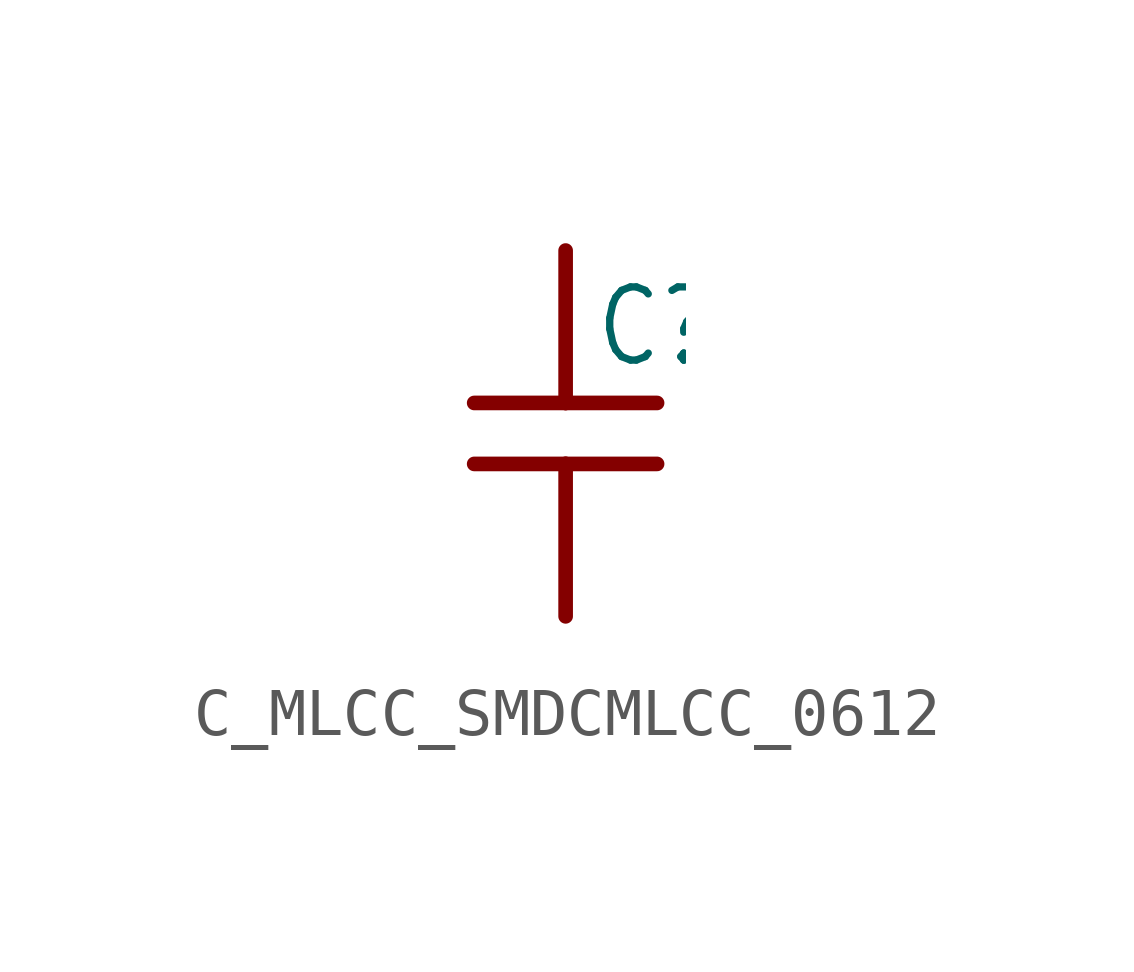
<source format=kicad_sym>
(kicad_symbol_lib
  (version 20231120)
  (generator "kicad_symbol_editor")
  (generator_version "8.0")
  (symbol "C_MLCC_SMDCMLCC_0612"
    (property "Reference" "C"
      (at 0.572 0.064 0)
      (effects (font (size 1.524 1.295)) (justify left bottom)))
    (property "Value" ""
      (at 0.572 -4.381 0)
      (effects (font (size 1.524 1.295)) (justify left bottom)))
    (property "ki_locked" ""
      (at 0 0 0)
      (effects (font (size 1.27 1.27))))
    (symbol "C_MLCC_SMDCMLCC_0612_1_0"
      (polyline (pts (xy -1.905 -1.905) (xy 0 -1.905)) (stroke (width 0.305) (type solid)) (fill (type none)))
      (polyline (pts (xy 0 -1.905) (xy 0 -5.08)) (stroke (width 0.305) (type solid)) (fill (type none)))
      (polyline (pts (xy 0 -1.905) (xy 1.905 -1.905)) (stroke (width 0.305) (type solid)) (fill (type none)))
      (polyline (pts (xy 0 -0.635) (xy -1.905 -0.635)) (stroke (width 0.305) (type solid)) (fill (type none)))
      (polyline (pts (xy 0 -0.635) (xy 0 2.54)) (stroke (width 0.305) (type solid)) (fill (type none)))
      (polyline (pts (xy 1.905 -0.635) (xy 0 -0.635)) (stroke (width 0.305) (type solid)) (fill (type none)))
      (pin passive line (at 0 2.54 270) (length 0) (name "1" (effects (font (size 0 0)))) (number "P$1" (effects (font (size 0 0)))))
      (pin passive line (at 0 -5.08 90) (length 0) (name "2" (effects (font (size 0 0)))) (number "P$2" (effects (font (size 0 0))))))))
</source>
